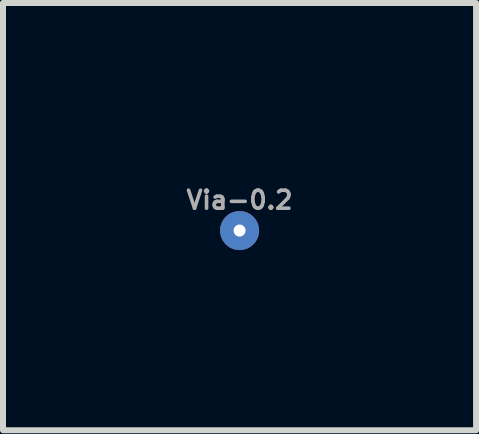
<source format=kicad_pcb>
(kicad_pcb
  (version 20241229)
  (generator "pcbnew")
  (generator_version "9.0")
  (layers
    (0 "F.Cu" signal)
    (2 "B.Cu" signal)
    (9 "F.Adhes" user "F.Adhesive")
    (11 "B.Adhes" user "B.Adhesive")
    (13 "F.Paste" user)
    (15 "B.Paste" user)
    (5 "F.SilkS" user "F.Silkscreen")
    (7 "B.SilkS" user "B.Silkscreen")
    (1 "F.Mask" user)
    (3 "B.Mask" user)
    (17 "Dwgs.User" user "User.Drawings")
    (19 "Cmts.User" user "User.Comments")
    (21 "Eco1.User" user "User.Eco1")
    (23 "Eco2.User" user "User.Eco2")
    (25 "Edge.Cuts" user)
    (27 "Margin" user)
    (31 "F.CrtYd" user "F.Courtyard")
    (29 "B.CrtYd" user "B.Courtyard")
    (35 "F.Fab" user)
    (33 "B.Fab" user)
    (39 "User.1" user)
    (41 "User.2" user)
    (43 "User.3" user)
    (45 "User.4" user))
  (footprint "Via-0.2"
    (layer "F.Cu")
    (at 0.939 0.789)
    (property "Reference" "Via-0.2" (at 0 -0.508 0) (layer "F.Fab") (effects (font (size 0.3 0.3) (thickness 0.06))))
    (attr through_hole)
    (pad "1" thru_hole circle (at 0 0) (size 0.65 0.65) (drill 0.2) (layers "*.Cu" "*.Mask")))
  (gr_rect
    (start -3 -3)
    (end 4.877 4.114)
    (stroke (width 0.1) (type default))
    (fill no)
    (layer "Edge.Cuts")))
</source>
